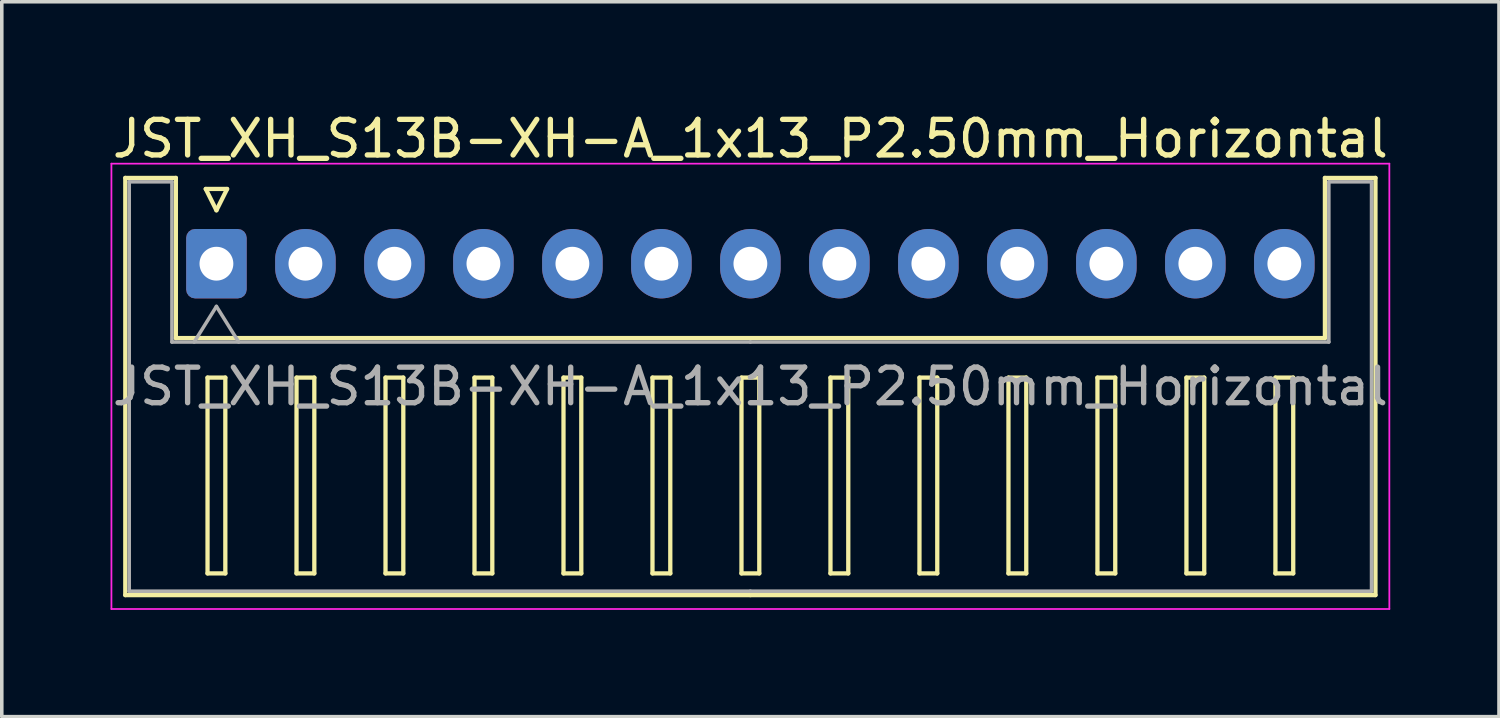
<source format=kicad_pcb>
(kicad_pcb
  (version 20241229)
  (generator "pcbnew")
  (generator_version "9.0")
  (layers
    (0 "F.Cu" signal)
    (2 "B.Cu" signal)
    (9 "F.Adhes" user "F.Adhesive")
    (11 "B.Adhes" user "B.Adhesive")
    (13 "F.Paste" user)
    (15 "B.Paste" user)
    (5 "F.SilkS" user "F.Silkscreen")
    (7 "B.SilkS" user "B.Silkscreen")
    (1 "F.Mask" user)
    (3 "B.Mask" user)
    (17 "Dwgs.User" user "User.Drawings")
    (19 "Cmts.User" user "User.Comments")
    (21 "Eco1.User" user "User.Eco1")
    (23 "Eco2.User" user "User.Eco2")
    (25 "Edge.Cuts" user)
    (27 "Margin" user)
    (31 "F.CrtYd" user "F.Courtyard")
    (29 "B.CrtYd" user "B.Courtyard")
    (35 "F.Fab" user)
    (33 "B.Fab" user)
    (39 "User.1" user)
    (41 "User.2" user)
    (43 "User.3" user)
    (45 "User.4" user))
  (footprint "JST_XH_S13B-XH-A_1x13_P2.50mm_Horizontal"
    (layer "F.Cu")
    (at 3.03 4.358)
    (property "Reference" "JST_XH_S13B-XH-A_1x13_P2.50mm_Horizontal" (at 15 -3.51 0) (layer "F.SilkS") (effects (font (size 1 1) (thickness 0.15))))
    (attr through_hole)
    (fp_line (start -2.56 -2.41) (end -1.14 -2.41) (stroke (width 0.12) (type solid)) (layer "F.SilkS"))
    (fp_line (start -2.56 9.31) (end -2.56 -2.41) (stroke (width 0.12) (type solid)) (layer "F.SilkS"))
    (fp_line (start -1.14 -2.41) (end -1.14 2.09) (stroke (width 0.12) (type solid)) (layer "F.SilkS"))
    (fp_line (start -1.14 2.09) (end 15 2.09) (stroke (width 0.12) (type solid)) (layer "F.SilkS"))
    (fp_line (start -0.3 -2.1) (end 0.3 -2.1) (stroke (width 0.12) (type solid)) (layer "F.SilkS"))
    (fp_line (start -0.25 3.2) (end -0.25 8.7) (stroke (width 0.12) (type solid)) (layer "F.SilkS"))
    (fp_line (start -0.25 8.7) (end 0.25 8.7) (stroke (width 0.12) (type solid)) (layer "F.SilkS"))
    (fp_line (start 0 -1.5) (end -0.3 -2.1) (stroke (width 0.12) (type solid)) (layer "F.SilkS"))
    (fp_line (start 0.25 3.2) (end -0.25 3.2) (stroke (width 0.12) (type solid)) (layer "F.SilkS"))
    (fp_line (start 0.25 8.7) (end 0.25 3.2) (stroke (width 0.12) (type solid)) (layer "F.SilkS"))
    (fp_line (start 0.3 -2.1) (end 0 -1.5) (stroke (width 0.12) (type solid)) (layer "F.SilkS"))
    (fp_line (start 2.25 3.2) (end 2.25 8.7) (stroke (width 0.12) (type solid)) (layer "F.SilkS"))
    (fp_line (start 2.25 8.7) (end 2.75 8.7) (stroke (width 0.12) (type solid)) (layer "F.SilkS"))
    (fp_line (start 2.75 3.2) (end 2.25 3.2) (stroke (width 0.12) (type solid)) (layer "F.SilkS"))
    (fp_line (start 2.75 8.7) (end 2.75 3.2) (stroke (width 0.12) (type solid)) (layer "F.SilkS"))
    (fp_line (start 4.75 3.2) (end 4.75 8.7) (stroke (width 0.12) (type solid)) (layer "F.SilkS"))
    (fp_line (start 4.75 8.7) (end 5.25 8.7) (stroke (width 0.12) (type solid)) (layer "F.SilkS"))
    (fp_line (start 5.25 3.2) (end 4.75 3.2) (stroke (width 0.12) (type solid)) (layer "F.SilkS"))
    (fp_line (start 5.25 8.7) (end 5.25 3.2) (stroke (width 0.12) (type solid)) (layer "F.SilkS"))
    (fp_line (start 7.25 3.2) (end 7.25 8.7) (stroke (width 0.12) (type solid)) (layer "F.SilkS"))
    (fp_line (start 7.25 8.7) (end 7.75 8.7) (stroke (width 0.12) (type solid)) (layer "F.SilkS"))
    (fp_line (start 7.75 3.2) (end 7.25 3.2) (stroke (width 0.12) (type solid)) (layer "F.SilkS"))
    (fp_line (start 7.75 8.7) (end 7.75 3.2) (stroke (width 0.12) (type solid)) (layer "F.SilkS"))
    (fp_line (start 9.75 3.2) (end 9.75 8.7) (stroke (width 0.12) (type solid)) (layer "F.SilkS"))
    (fp_line (start 9.75 8.7) (end 10.25 8.7) (stroke (width 0.12) (type solid)) (layer "F.SilkS"))
    (fp_line (start 10.25 3.2) (end 9.75 3.2) (stroke (width 0.12) (type solid)) (layer "F.SilkS"))
    (fp_line (start 10.25 8.7) (end 10.25 3.2) (stroke (width 0.12) (type solid)) (layer "F.SilkS"))
    (fp_line (start 12.25 3.2) (end 12.25 8.7) (stroke (width 0.12) (type solid)) (layer "F.SilkS"))
    (fp_line (start 12.25 8.7) (end 12.75 8.7) (stroke (width 0.12) (type solid)) (layer "F.SilkS"))
    (fp_line (start 12.75 3.2) (end 12.25 3.2) (stroke (width 0.12) (type solid)) (layer "F.SilkS"))
    (fp_line (start 12.75 8.7) (end 12.75 3.2) (stroke (width 0.12) (type solid)) (layer "F.SilkS"))
    (fp_line (start 14.75 3.2) (end 14.75 8.7) (stroke (width 0.12) (type solid)) (layer "F.SilkS"))
    (fp_line (start 14.75 8.7) (end 15.25 8.7) (stroke (width 0.12) (type solid)) (layer "F.SilkS"))
    (fp_line (start 15 9.31) (end -2.56 9.31) (stroke (width 0.12) (type solid)) (layer "F.SilkS"))
    (fp_line (start 15 9.31) (end 32.56 9.31) (stroke (width 0.12) (type solid)) (layer "F.SilkS"))
    (fp_line (start 15.25 3.2) (end 14.75 3.2) (stroke (width 0.12) (type solid)) (layer "F.SilkS"))
    (fp_line (start 15.25 8.7) (end 15.25 3.2) (stroke (width 0.12) (type solid)) (layer "F.SilkS"))
    (fp_line (start 17.25 3.2) (end 17.25 8.7) (stroke (width 0.12) (type solid)) (layer "F.SilkS"))
    (fp_line (start 17.25 8.7) (end 17.75 8.7) (stroke (width 0.12) (type solid)) (layer "F.SilkS"))
    (fp_line (start 17.75 3.2) (end 17.25 3.2) (stroke (width 0.12) (type solid)) (layer "F.SilkS"))
    (fp_line (start 17.75 8.7) (end 17.75 3.2) (stroke (width 0.12) (type solid)) (layer "F.SilkS"))
    (fp_line (start 19.75 3.2) (end 19.75 8.7) (stroke (width 0.12) (type solid)) (layer "F.SilkS"))
    (fp_line (start 19.75 8.7) (end 20.25 8.7) (stroke (width 0.12) (type solid)) (layer "F.SilkS"))
    (fp_line (start 20.25 3.2) (end 19.75 3.2) (stroke (width 0.12) (type solid)) (layer "F.SilkS"))
    (fp_line (start 20.25 8.7) (end 20.25 3.2) (stroke (width 0.12) (type solid)) (layer "F.SilkS"))
    (fp_line (start 22.25 3.2) (end 22.25 8.7) (stroke (width 0.12) (type solid)) (layer "F.SilkS"))
    (fp_line (start 22.25 8.7) (end 22.75 8.7) (stroke (width 0.12) (type solid)) (layer "F.SilkS"))
    (fp_line (start 22.75 3.2) (end 22.25 3.2) (stroke (width 0.12) (type solid)) (layer "F.SilkS"))
    (fp_line (start 22.75 8.7) (end 22.75 3.2) (stroke (width 0.12) (type solid)) (layer "F.SilkS"))
    (fp_line (start 24.75 3.2) (end 24.75 8.7) (stroke (width 0.12) (type solid)) (layer "F.SilkS"))
    (fp_line (start 24.75 8.7) (end 25.25 8.7) (stroke (width 0.12) (type solid)) (layer "F.SilkS"))
    (fp_line (start 25.25 3.2) (end 24.75 3.2) (stroke (width 0.12) (type solid)) (layer "F.SilkS"))
    (fp_line (start 25.25 8.7) (end 25.25 3.2) (stroke (width 0.12) (type solid)) (layer "F.SilkS"))
    (fp_line (start 27.25 3.2) (end 27.25 8.7) (stroke (width 0.12) (type solid)) (layer "F.SilkS"))
    (fp_line (start 27.25 8.7) (end 27.75 8.7) (stroke (width 0.12) (type solid)) (layer "F.SilkS"))
    (fp_line (start 27.75 3.2) (end 27.25 3.2) (stroke (width 0.12) (type solid)) (layer "F.SilkS"))
    (fp_line (start 27.75 8.7) (end 27.75 3.2) (stroke (width 0.12) (type solid)) (layer "F.SilkS"))
    (fp_line (start 29.75 3.2) (end 29.75 8.7) (stroke (width 0.12) (type solid)) (layer "F.SilkS"))
    (fp_line (start 29.75 8.7) (end 30.25 8.7) (stroke (width 0.12) (type solid)) (layer "F.SilkS"))
    (fp_line (start 30.25 3.2) (end 29.75 3.2) (stroke (width 0.12) (type solid)) (layer "F.SilkS"))
    (fp_line (start 30.25 8.7) (end 30.25 3.2) (stroke (width 0.12) (type solid)) (layer "F.SilkS"))
    (fp_line (start 31.14 -2.41) (end 31.14 2.09) (stroke (width 0.12) (type solid)) (layer "F.SilkS"))
    (fp_line (start 31.14 2.09) (end 15 2.09) (stroke (width 0.12) (type solid)) (layer "F.SilkS"))
    (fp_line (start 32.56 -2.41) (end 31.14 -2.41) (stroke (width 0.12) (type solid)) (layer "F.SilkS"))
    (fp_line (start 32.56 9.31) (end 32.56 -2.41) (stroke (width 0.12) (type solid)) (layer "F.SilkS"))
    (fp_line (start -2.95 -2.81) (end -2.95 9.7) (stroke (width 0.05) (type solid)) (layer "F.CrtYd"))
    (fp_line (start -2.95 9.7) (end 32.95 9.7) (stroke (width 0.05) (type solid)) (layer "F.CrtYd"))
    (fp_line (start 32.95 -2.81) (end -2.95 -2.81) (stroke (width 0.05) (type solid)) (layer "F.CrtYd"))
    (fp_line (start 32.95 9.7) (end 32.95 -2.81) (stroke (width 0.05) (type solid)) (layer "F.CrtYd"))
    (fp_line (start -2.45 -2.3) (end -1.25 -2.3) (stroke (width 0.1) (type solid)) (layer "F.Fab"))
    (fp_line (start -2.45 9.2) (end -2.45 -2.3) (stroke (width 0.1) (type solid)) (layer "F.Fab"))
    (fp_line (start -1.25 -2.3) (end -1.25 2.2) (stroke (width 0.1) (type solid)) (layer "F.Fab"))
    (fp_line (start -1.25 2.2) (end 15 2.2) (stroke (width 0.1) (type solid)) (layer "F.Fab"))
    (fp_line (start -0.625 2.2) (end 0 1.2) (stroke (width 0.1) (type solid)) (layer "F.Fab"))
    (fp_line (start 0 1.2) (end 0.625 2.2) (stroke (width 0.1) (type solid)) (layer "F.Fab"))
    (fp_line (start 15 9.2) (end -2.45 9.2) (stroke (width 0.1) (type solid)) (layer "F.Fab"))
    (fp_line (start 15 9.2) (end 32.45 9.2) (stroke (width 0.1) (type solid)) (layer "F.Fab"))
    (fp_line (start 31.25 -2.3) (end 31.25 2.2) (stroke (width 0.1) (type solid)) (layer "F.Fab"))
    (fp_line (start 31.25 2.2) (end 15 2.2) (stroke (width 0.1) (type solid)) (layer "F.Fab"))
    (fp_line (start 32.45 -2.3) (end 31.25 -2.3) (stroke (width 0.1) (type solid)) (layer "F.Fab"))
    (fp_line (start 32.45 9.2) (end 32.45 -2.3) (stroke (width 0.1) (type solid)) (layer "F.Fab"))
    (fp_text user "${REFERENCE}" (at 15 3.45 0) (layer "F.Fab") (effects (font (size 1 1) (thickness 0.15))))
    (pad "1" thru_hole roundrect (at 0 0) (size 1.7 1.95) (drill 0.95) (layers "*.Cu" "*.Mask") (roundrect_rratio 0.147))
    (pad "2" thru_hole oval (at 2.5 0) (size 1.7 1.95) (drill 0.95) (layers "*.Cu" "*.Mask"))
    (pad "3" thru_hole oval (at 5 0) (size 1.7 1.95) (drill 0.95) (layers "*.Cu" "*.Mask"))
    (pad "4" thru_hole oval (at 7.5 0) (size 1.7 1.95) (drill 0.95) (layers "*.Cu" "*.Mask"))
    (pad "5" thru_hole oval (at 10 0) (size 1.7 1.95) (drill 0.95) (layers "*.Cu" "*.Mask"))
    (pad "6" thru_hole oval (at 12.5 0) (size 1.7 1.95) (drill 0.95) (layers "*.Cu" "*.Mask"))
    (pad "7" thru_hole oval (at 15 0) (size 1.7 1.95) (drill 0.95) (layers "*.Cu" "*.Mask"))
    (pad "8" thru_hole oval (at 17.5 0) (size 1.7 1.95) (drill 0.95) (layers "*.Cu" "*.Mask"))
    (pad "9" thru_hole oval (at 20 0) (size 1.7 1.95) (drill 0.95) (layers "*.Cu" "*.Mask"))
    (pad "10" thru_hole oval (at 22.5 0) (size 1.7 1.95) (drill 0.95) (layers "*.Cu" "*.Mask"))
    (pad "11" thru_hole oval (at 25 0) (size 1.7 1.95) (drill 0.95) (layers "*.Cu" "*.Mask"))
    (pad "12" thru_hole oval (at 27.5 0) (size 1.7 1.95) (drill 0.95) (layers "*.Cu" "*.Mask"))
    (pad "13" thru_hole oval (at 30 0) (size 1.7 1.95) (drill 0.95) (layers "*.Cu" "*.Mask")))
  (gr_rect
    (start -3 -3)
    (end 39.06 17.083)
    (stroke (width 0.1) (type default))
    (fill no)
    (layer "Edge.Cuts")))
</source>
